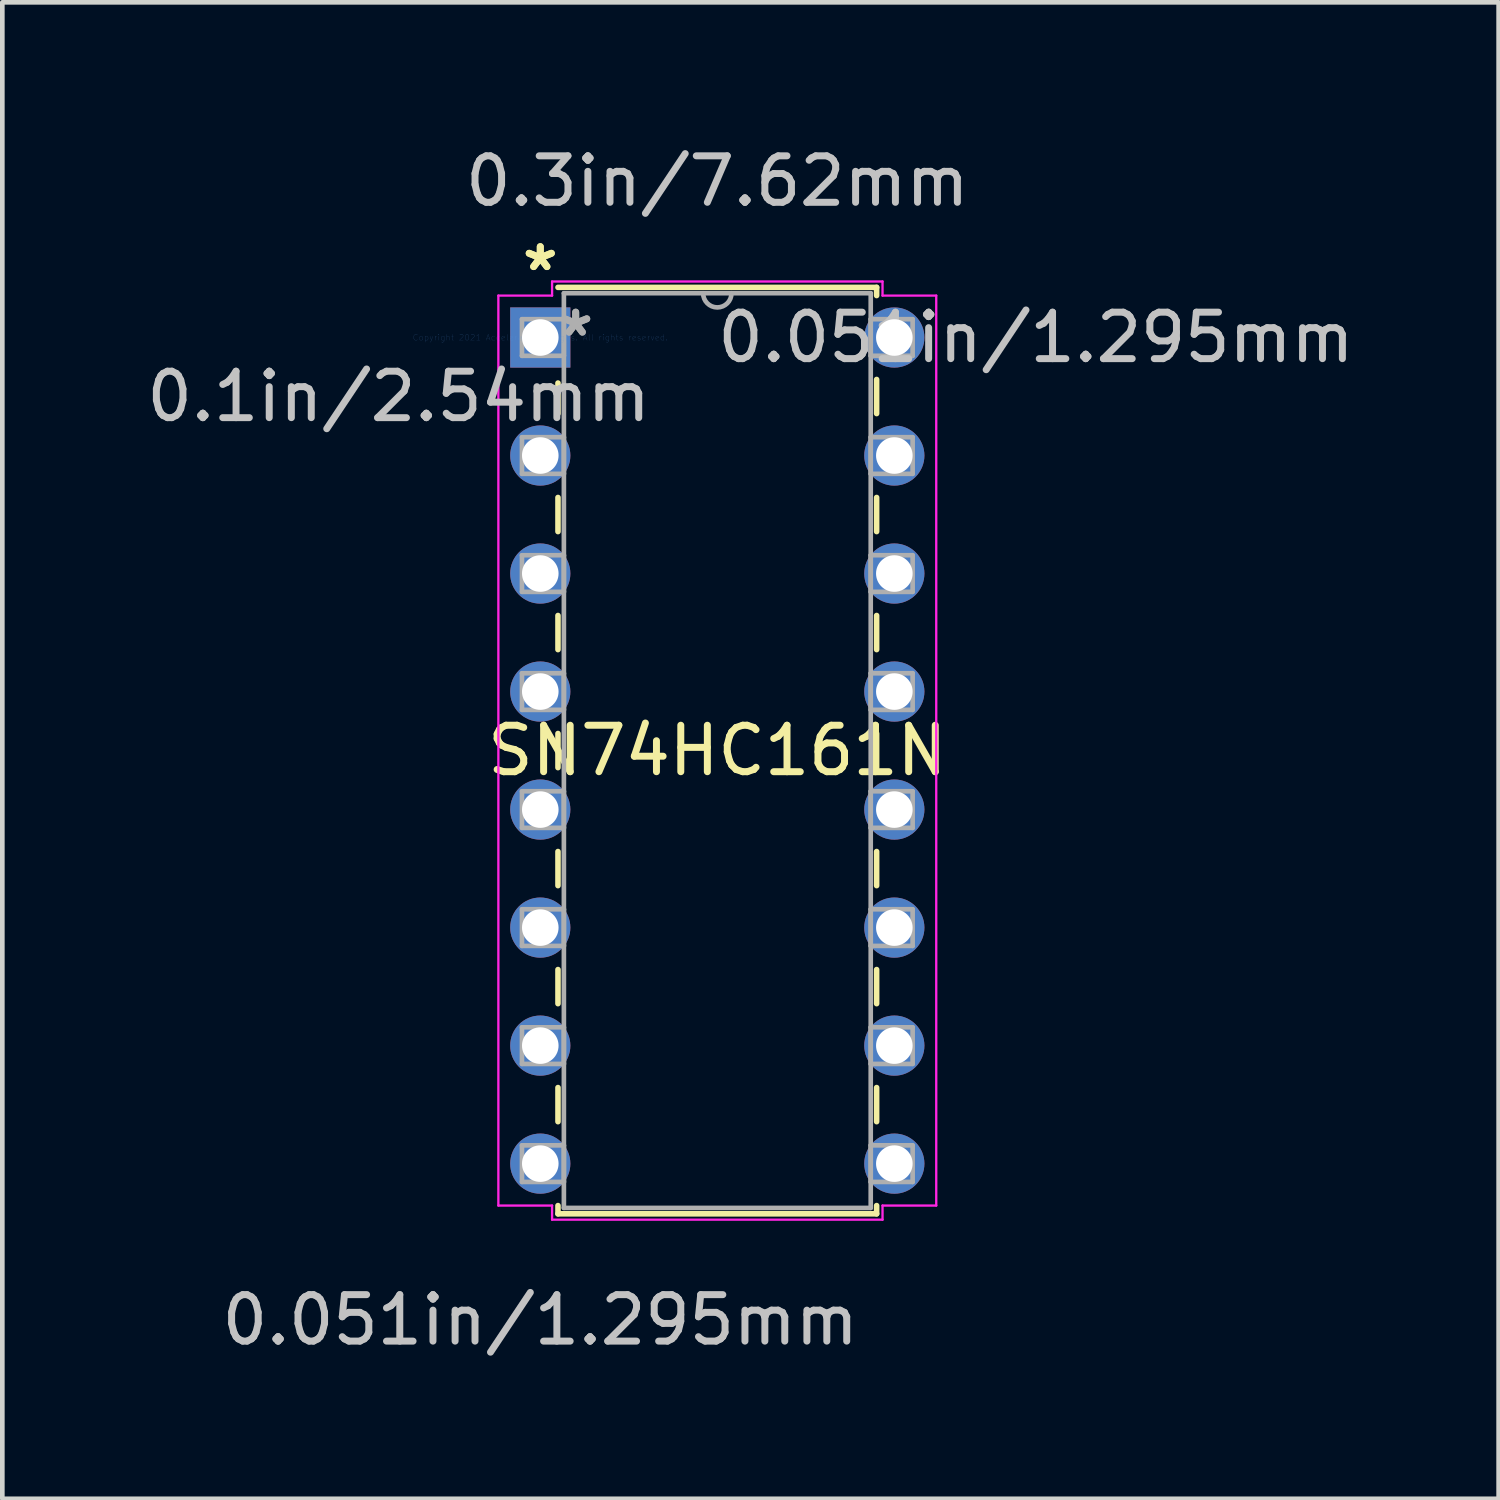
<source format=kicad_pcb>
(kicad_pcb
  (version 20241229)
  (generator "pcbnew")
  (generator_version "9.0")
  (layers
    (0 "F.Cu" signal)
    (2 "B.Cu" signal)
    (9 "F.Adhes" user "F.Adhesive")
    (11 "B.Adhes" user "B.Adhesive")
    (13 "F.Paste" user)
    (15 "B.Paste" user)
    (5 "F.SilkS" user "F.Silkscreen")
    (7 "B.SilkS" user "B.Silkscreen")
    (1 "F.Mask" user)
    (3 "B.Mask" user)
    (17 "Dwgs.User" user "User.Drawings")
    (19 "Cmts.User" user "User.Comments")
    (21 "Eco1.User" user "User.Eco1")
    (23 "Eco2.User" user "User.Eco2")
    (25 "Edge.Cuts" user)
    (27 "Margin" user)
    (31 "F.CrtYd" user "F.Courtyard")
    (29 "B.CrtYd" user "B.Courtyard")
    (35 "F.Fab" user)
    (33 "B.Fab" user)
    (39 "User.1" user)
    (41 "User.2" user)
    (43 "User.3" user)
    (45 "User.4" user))
  (footprint "SN74HC161N"
    (layer "F.Cu")
    (at 8.578 4.214)
    (property "Reference" "SN74HC161N" (at 3.81 8.89 0) (layer "F.SilkS") (effects (font (size 1 1) (thickness 0.15))))
    (attr through_hole)
    (fp_line (start 0.381 0.98) (end 0.381 1.637) (stroke (width 0.12) (type solid)) (layer "F.SilkS"))
    (fp_line (start 0.381 3.443) (end 0.381 4.177) (stroke (width 0.12) (type solid)) (layer "F.SilkS"))
    (fp_line (start 0.381 5.983) (end 0.381 6.717) (stroke (width 0.12) (type solid)) (layer "F.SilkS"))
    (fp_line (start 0.381 8.523) (end 0.381 9.257) (stroke (width 0.12) (type solid)) (layer "F.SilkS"))
    (fp_line (start 0.381 11.063) (end 0.381 11.797) (stroke (width 0.12) (type solid)) (layer "F.SilkS"))
    (fp_line (start 0.381 13.603) (end 0.381 14.337) (stroke (width 0.12) (type solid)) (layer "F.SilkS"))
    (fp_line (start 0.381 16.143) (end 0.381 16.877) (stroke (width 0.12) (type solid)) (layer "F.SilkS"))
    (fp_line (start 0.381 18.683) (end 0.381 18.86) (stroke (width 0.12) (type solid)) (layer "F.SilkS"))
    (fp_line (start 0.381 18.86) (end 7.239 18.86) (stroke (width 0.12) (type solid)) (layer "F.SilkS"))
    (fp_line (start 7.239 -1.079) (end 0.381 -1.079) (stroke (width 0.12) (type solid)) (layer "F.SilkS"))
    (fp_line (start 7.239 -0.903) (end 7.239 -1.079) (stroke (width 0.12) (type solid)) (layer "F.SilkS"))
    (fp_line (start 7.239 1.637) (end 7.239 0.903) (stroke (width 0.12) (type solid)) (layer "F.SilkS"))
    (fp_line (start 7.239 4.177) (end 7.239 3.443) (stroke (width 0.12) (type solid)) (layer "F.SilkS"))
    (fp_line (start 7.239 6.717) (end 7.239 5.983) (stroke (width 0.12) (type solid)) (layer "F.SilkS"))
    (fp_line (start 7.239 9.257) (end 7.239 8.523) (stroke (width 0.12) (type solid)) (layer "F.SilkS"))
    (fp_line (start 7.239 11.797) (end 7.239 11.063) (stroke (width 0.12) (type solid)) (layer "F.SilkS"))
    (fp_line (start 7.239 14.337) (end 7.239 13.603) (stroke (width 0.12) (type solid)) (layer "F.SilkS"))
    (fp_line (start 7.239 16.877) (end 7.239 16.143) (stroke (width 0.12) (type solid)) (layer "F.SilkS"))
    (fp_line (start 7.239 18.86) (end 7.239 18.683) (stroke (width 0.12) (type solid)) (layer "F.SilkS"))
    (fp_line (start -0.902 -0.902) (end -0.902 18.682) (stroke (width 0.05) (type solid)) (layer "F.CrtYd"))
    (fp_line (start -0.902 18.682) (end 0.254 18.682) (stroke (width 0.05) (type solid)) (layer "F.CrtYd"))
    (fp_line (start 0.254 -1.206) (end 0.254 -0.902) (stroke (width 0.05) (type solid)) (layer "F.CrtYd"))
    (fp_line (start 0.254 -0.902) (end -0.902 -0.902) (stroke (width 0.05) (type solid)) (layer "F.CrtYd"))
    (fp_line (start 0.254 18.682) (end 0.254 18.986) (stroke (width 0.05) (type solid)) (layer "F.CrtYd"))
    (fp_line (start 0.254 18.986) (end 7.366 18.986) (stroke (width 0.05) (type solid)) (layer "F.CrtYd"))
    (fp_line (start 7.366 -1.206) (end 0.254 -1.206) (stroke (width 0.05) (type solid)) (layer "F.CrtYd"))
    (fp_line (start 7.366 -0.902) (end 7.366 -1.206) (stroke (width 0.05) (type solid)) (layer "F.CrtYd"))
    (fp_line (start 7.366 18.682) (end 8.522 18.682) (stroke (width 0.05) (type solid)) (layer "F.CrtYd"))
    (fp_line (start 7.366 18.986) (end 7.366 18.682) (stroke (width 0.05) (type solid)) (layer "F.CrtYd"))
    (fp_line (start 8.522 -0.902) (end 7.366 -0.902) (stroke (width 0.05) (type solid)) (layer "F.CrtYd"))
    (fp_line (start 8.522 18.682) (end 8.522 -0.902) (stroke (width 0.05) (type solid)) (layer "F.CrtYd"))
    (fp_line (start -0.394 -0.394) (end -0.394 0.394) (stroke (width 0.1) (type solid)) (layer "F.Fab"))
    (fp_line (start -0.394 0.394) (end 0.508 0.394) (stroke (width 0.1) (type solid)) (layer "F.Fab"))
    (fp_line (start -0.394 2.146) (end -0.394 2.934) (stroke (width 0.1) (type solid)) (layer "F.Fab"))
    (fp_line (start -0.394 2.934) (end 0.508 2.934) (stroke (width 0.1) (type solid)) (layer "F.Fab"))
    (fp_line (start -0.394 4.686) (end -0.394 5.474) (stroke (width 0.1) (type solid)) (layer "F.Fab"))
    (fp_line (start -0.394 5.474) (end 0.508 5.474) (stroke (width 0.1) (type solid)) (layer "F.Fab"))
    (fp_line (start -0.394 7.226) (end -0.394 8.014) (stroke (width 0.1) (type solid)) (layer "F.Fab"))
    (fp_line (start -0.394 8.014) (end 0.508 8.014) (stroke (width 0.1) (type solid)) (layer "F.Fab"))
    (fp_line (start -0.394 9.766) (end -0.394 10.554) (stroke (width 0.1) (type solid)) (layer "F.Fab"))
    (fp_line (start -0.394 10.554) (end 0.508 10.554) (stroke (width 0.1) (type solid)) (layer "F.Fab"))
    (fp_line (start -0.394 12.306) (end -0.394 13.094) (stroke (width 0.1) (type solid)) (layer "F.Fab"))
    (fp_line (start -0.394 13.094) (end 0.508 13.094) (stroke (width 0.1) (type solid)) (layer "F.Fab"))
    (fp_line (start -0.394 14.846) (end -0.394 15.634) (stroke (width 0.1) (type solid)) (layer "F.Fab"))
    (fp_line (start -0.394 15.634) (end 0.508 15.634) (stroke (width 0.1) (type solid)) (layer "F.Fab"))
    (fp_line (start -0.394 17.386) (end -0.394 18.174) (stroke (width 0.1) (type solid)) (layer "F.Fab"))
    (fp_line (start -0.394 18.174) (end 0.508 18.174) (stroke (width 0.1) (type solid)) (layer "F.Fab"))
    (fp_line (start 0.508 -0.953) (end 0.508 18.733) (stroke (width 0.1) (type solid)) (layer "F.Fab"))
    (fp_line (start 0.508 -0.394) (end -0.394 -0.394) (stroke (width 0.1) (type solid)) (layer "F.Fab"))
    (fp_line (start 0.508 0.394) (end 0.508 -0.394) (stroke (width 0.1) (type solid)) (layer "F.Fab"))
    (fp_line (start 0.508 2.146) (end -0.394 2.146) (stroke (width 0.1) (type solid)) (layer "F.Fab"))
    (fp_line (start 0.508 2.934) (end 0.508 2.146) (stroke (width 0.1) (type solid)) (layer "F.Fab"))
    (fp_line (start 0.508 4.686) (end -0.394 4.686) (stroke (width 0.1) (type solid)) (layer "F.Fab"))
    (fp_line (start 0.508 5.474) (end 0.508 4.686) (stroke (width 0.1) (type solid)) (layer "F.Fab"))
    (fp_line (start 0.508 7.226) (end -0.394 7.226) (stroke (width 0.1) (type solid)) (layer "F.Fab"))
    (fp_line (start 0.508 8.014) (end 0.508 7.226) (stroke (width 0.1) (type solid)) (layer "F.Fab"))
    (fp_line (start 0.508 9.766) (end -0.394 9.766) (stroke (width 0.1) (type solid)) (layer "F.Fab"))
    (fp_line (start 0.508 10.554) (end 0.508 9.766) (stroke (width 0.1) (type solid)) (layer "F.Fab"))
    (fp_line (start 0.508 12.306) (end -0.394 12.306) (stroke (width 0.1) (type solid)) (layer "F.Fab"))
    (fp_line (start 0.508 13.094) (end 0.508 12.306) (stroke (width 0.1) (type solid)) (layer "F.Fab"))
    (fp_line (start 0.508 14.846) (end -0.394 14.846) (stroke (width 0.1) (type solid)) (layer "F.Fab"))
    (fp_line (start 0.508 15.634) (end 0.508 14.846) (stroke (width 0.1) (type solid)) (layer "F.Fab"))
    (fp_line (start 0.508 17.386) (end -0.394 17.386) (stroke (width 0.1) (type solid)) (layer "F.Fab"))
    (fp_line (start 0.508 18.174) (end 0.508 17.386) (stroke (width 0.1) (type solid)) (layer "F.Fab"))
    (fp_line (start 0.508 18.733) (end 7.112 18.733) (stroke (width 0.1) (type solid)) (layer "F.Fab"))
    (fp_line (start 7.112 -0.953) (end 0.508 -0.953) (stroke (width 0.1) (type solid)) (layer "F.Fab"))
    (fp_line (start 7.112 -0.394) (end 7.112 0.394) (stroke (width 0.1) (type solid)) (layer "F.Fab"))
    (fp_line (start 7.112 0.394) (end 8.014 0.394) (stroke (width 0.1) (type solid)) (layer "F.Fab"))
    (fp_line (start 7.112 2.146) (end 7.112 2.934) (stroke (width 0.1) (type solid)) (layer "F.Fab"))
    (fp_line (start 7.112 2.934) (end 8.014 2.934) (stroke (width 0.1) (type solid)) (layer "F.Fab"))
    (fp_line (start 7.112 4.686) (end 7.112 5.474) (stroke (width 0.1) (type solid)) (layer "F.Fab"))
    (fp_line (start 7.112 5.474) (end 8.014 5.474) (stroke (width 0.1) (type solid)) (layer "F.Fab"))
    (fp_line (start 7.112 7.226) (end 7.112 8.014) (stroke (width 0.1) (type solid)) (layer "F.Fab"))
    (fp_line (start 7.112 8.014) (end 8.014 8.014) (stroke (width 0.1) (type solid)) (layer "F.Fab"))
    (fp_line (start 7.112 9.766) (end 7.112 10.554) (stroke (width 0.1) (type solid)) (layer "F.Fab"))
    (fp_line (start 7.112 10.554) (end 8.014 10.554) (stroke (width 0.1) (type solid)) (layer "F.Fab"))
    (fp_line (start 7.112 12.306) (end 7.112 13.094) (stroke (width 0.1) (type solid)) (layer "F.Fab"))
    (fp_line (start 7.112 13.094) (end 8.014 13.094) (stroke (width 0.1) (type solid)) (layer "F.Fab"))
    (fp_line (start 7.112 14.846) (end 7.112 15.634) (stroke (width 0.1) (type solid)) (layer "F.Fab"))
    (fp_line (start 7.112 15.634) (end 8.014 15.634) (stroke (width 0.1) (type solid)) (layer "F.Fab"))
    (fp_line (start 7.112 17.386) (end 7.112 18.174) (stroke (width 0.1) (type solid)) (layer "F.Fab"))
    (fp_line (start 7.112 18.174) (end 8.014 18.174) (stroke (width 0.1) (type solid)) (layer "F.Fab"))
    (fp_line (start 7.112 18.733) (end 7.112 -0.953) (stroke (width 0.1) (type solid)) (layer "F.Fab"))
    (fp_line (start 8.014 -0.394) (end 7.112 -0.394) (stroke (width 0.1) (type solid)) (layer "F.Fab"))
    (fp_line (start 8.014 0.394) (end 8.014 -0.394) (stroke (width 0.1) (type solid)) (layer "F.Fab"))
    (fp_line (start 8.014 2.146) (end 7.112 2.146) (stroke (width 0.1) (type solid)) (layer "F.Fab"))
    (fp_line (start 8.014 2.934) (end 8.014 2.146) (stroke (width 0.1) (type solid)) (layer "F.Fab"))
    (fp_line (start 8.014 4.686) (end 7.112 4.686) (stroke (width 0.1) (type solid)) (layer "F.Fab"))
    (fp_line (start 8.014 5.474) (end 8.014 4.686) (stroke (width 0.1) (type solid)) (layer "F.Fab"))
    (fp_line (start 8.014 7.226) (end 7.112 7.226) (stroke (width 0.1) (type solid)) (layer "F.Fab"))
    (fp_line (start 8.014 8.014) (end 8.014 7.226) (stroke (width 0.1) (type solid)) (layer "F.Fab"))
    (fp_line (start 8.014 9.766) (end 7.112 9.766) (stroke (width 0.1) (type solid)) (layer "F.Fab"))
    (fp_line (start 8.014 10.554) (end 8.014 9.766) (stroke (width 0.1) (type solid)) (layer "F.Fab"))
    (fp_line (start 8.014 12.306) (end 7.112 12.306) (stroke (width 0.1) (type solid)) (layer "F.Fab"))
    (fp_line (start 8.014 13.094) (end 8.014 12.306) (stroke (width 0.1) (type solid)) (layer "F.Fab"))
    (fp_line (start 8.014 14.846) (end 7.112 14.846) (stroke (width 0.1) (type solid)) (layer "F.Fab"))
    (fp_line (start 8.014 15.634) (end 8.014 14.846) (stroke (width 0.1) (type solid)) (layer "F.Fab"))
    (fp_line (start 8.014 17.386) (end 7.112 17.386) (stroke (width 0.1) (type solid)) (layer "F.Fab"))
    (fp_line (start 8.014 18.174) (end 8.014 17.386) (stroke (width 0.1) (type solid)) (layer "F.Fab"))
    (fp_arc (start 4.1148 -0.9525) (mid 3.81 -0.6477) (end 3.5052 -0.9525) (stroke (width 0.1) (type solid)) (layer "F.Fab"))
    (fp_text user "*" (at 0 -1.41 0) (layer "F.SilkS") (effects (font (size 1 1) (thickness 0.15))))
    (fp_text user "*" (at 0 -1.41 0) (layer "F.SilkS") (effects (font (size 1 1) (thickness 0.15))))
    (fp_text user "0.051in/1.295mm" (at 0 21.145 0) (layer "Dwgs.User") (effects (font (size 1 1) (thickness 0.15))))
    (fp_text user "0.1in/2.54mm" (at -3.048 1.27 0) (layer "Dwgs.User") (effects (font (size 1 1) (thickness 0.15))))
    (fp_text user "0.051in/1.295mm" (at 10.668 0 0) (layer "Dwgs.User") (effects (font (size 1 1) (thickness 0.15))))
    (fp_text user "0.3in/7.62mm" (at 3.81 -3.365 0) (layer "Dwgs.User") (effects (font (size 1 1) (thickness 0.15))))
    (fp_text user "Copyright 2021 Accelerated Designs. All rights reserved." (at 0 0 0) (layer "Cmts.User") (effects (font (size 0.127 0.127) (thickness 0.002))))
    (fp_text user "*" (at 0.762 0 0) (layer "F.Fab") (effects (font (size 1 1) (thickness 0.15))))
    (fp_text user "*" (at 0.762 0 0) (layer "F.Fab") (effects (font (size 1 1) (thickness 0.15))))
    (pad "1" thru_hole rect (at 0 0) (size 1.295 1.295) (drill 0.787) (layers "*.Cu" "*.Mask"))
    (pad "2" thru_hole circle (at 0 2.54) (size 1.295 1.295) (drill 0.787) (layers "*.Cu" "*.Mask"))
    (pad "3" thru_hole circle (at 0 5.08) (size 1.295 1.295) (drill 0.787) (layers "*.Cu" "*.Mask"))
    (pad "4" thru_hole circle (at 0 7.62) (size 1.295 1.295) (drill 0.787) (layers "*.Cu" "*.Mask"))
    (pad "5" thru_hole circle (at 0 10.16) (size 1.295 1.295) (drill 0.787) (layers "*.Cu" "*.Mask"))
    (pad "6" thru_hole circle (at 0 12.7) (size 1.295 1.295) (drill 0.787) (layers "*.Cu" "*.Mask"))
    (pad "7" thru_hole circle (at 0 15.24) (size 1.295 1.295) (drill 0.787) (layers "*.Cu" "*.Mask"))
    (pad "8" thru_hole circle (at 0 17.78) (size 1.295 1.295) (drill 0.787) (layers "*.Cu" "*.Mask"))
    (pad "9" thru_hole circle (at 7.62 17.78) (size 1.295 1.295) (drill 0.787) (layers "*.Cu" "*.Mask"))
    (pad "10" thru_hole circle (at 7.62 15.24) (size 1.295 1.295) (drill 0.787) (layers "*.Cu" "*.Mask"))
    (pad "11" thru_hole circle (at 7.62 12.7) (size 1.295 1.295) (drill 0.787) (layers "*.Cu" "*.Mask"))
    (pad "12" thru_hole circle (at 7.62 10.16) (size 1.295 1.295) (drill 0.787) (layers "*.Cu" "*.Mask"))
    (pad "13" thru_hole circle (at 7.62 7.62) (size 1.295 1.295) (drill 0.787) (layers "*.Cu" "*.Mask"))
    (pad "14" thru_hole circle (at 7.62 5.08) (size 1.295 1.295) (drill 0.787) (layers "*.Cu" "*.Mask"))
    (pad "15" thru_hole circle (at 7.62 2.54) (size 1.295 1.295) (drill 0.787) (layers "*.Cu" "*.Mask"))
    (pad "16" thru_hole circle (at 7.62 0) (size 1.295 1.295) (drill 0.787) (layers "*.Cu" "*.Mask")))
  (gr_rect
    (start -3 -3)
    (end 29.204 29.207)
    (stroke (width 0.1) (type default))
    (fill no)
    (layer "Edge.Cuts")))
</source>
